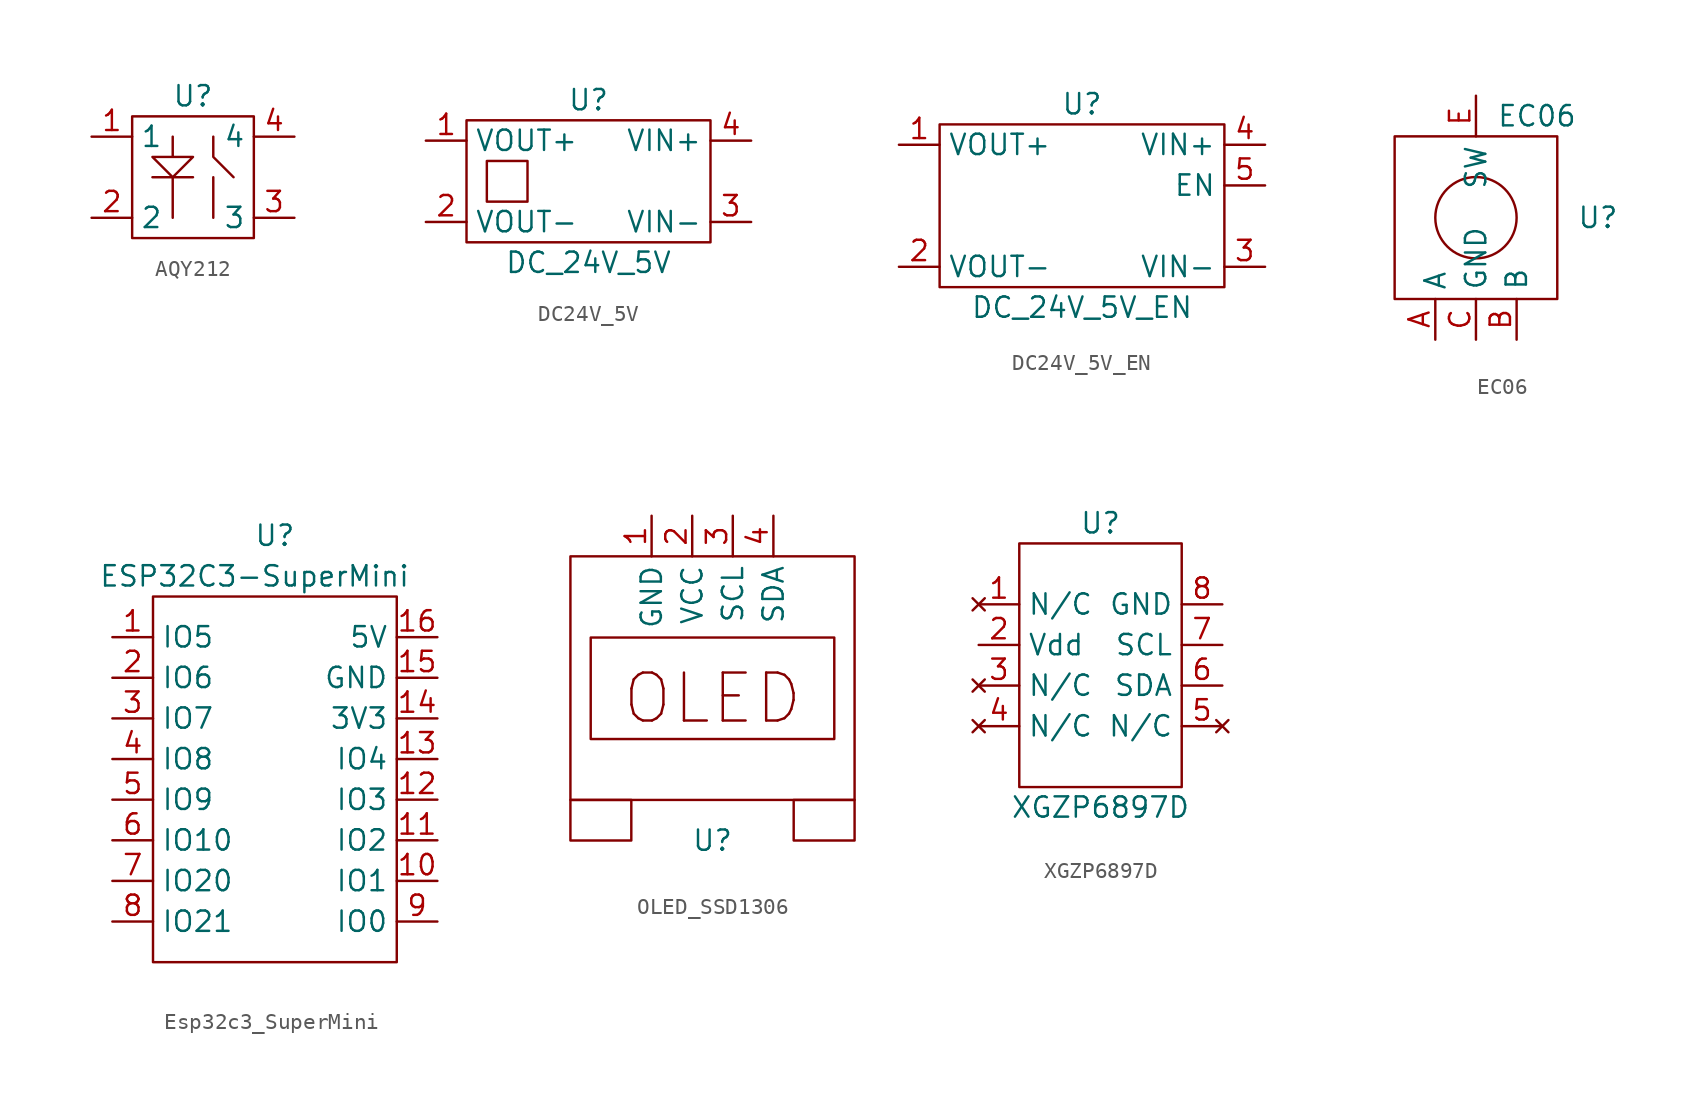
<source format=kicad_sym>
(kicad_symbol_lib
  (version 20220914)
  (generator kicad_symbol_editor)
  (symbol "AQY212"
    (property "Reference" "U"
      (at 0 5.08 0)
      (effects (font (size 1.27 1.27))))
    (property "Value" ""
      (at 0 0 0)
      (effects (font (size 1.27 1.27))))
    (symbol "AQY212_0_1"
      (rectangle (start -3.81 3.81) (end 3.81 -3.81) (stroke (width 0) (type default)) (fill (type none)))
      (polyline (pts (xy -2.54 0) (xy 0 0)) (stroke (width 0) (type default)) (fill (type none)))
      (polyline (pts (xy -1.27 0) (xy -1.27 -2.54)) (stroke (width 0) (type default)) (fill (type none)))
      (polyline (pts (xy 1.27 0) (xy 1.27 -2.54)) (stroke (width 0) (type default)) (fill (type none)))
      (polyline (pts (xy 1.27 2.54) (xy 1.27 1.27) (xy 2.54 0)) (stroke (width 0) (type default)) (fill (type none)))
      (polyline (pts (xy -1.27 2.54) (xy -1.27 1.27) (xy -2.54 1.27) (xy -1.27 0) (xy 0 1.27) (xy -1.27 1.27)) (stroke (width 0) (type default)) (fill (type none))))
    (symbol "AQY212_1_1"
      (pin input line (at -6.35 2.54 0) (length 2.54) (name "1" (effects (font (size 1.27 1.27)))) (number "1" (effects (font (size 1.27 1.27)))))
      (pin passive line (at -6.35 -2.54 0) (length 2.54) (name "2" (effects (font (size 1.27 1.27)))) (number "2" (effects (font (size 1.27 1.27)))))
      (pin passive line (at 6.35 -2.54 180) (length 2.54) (name "3" (effects (font (size 1.27 1.27)))) (number "3" (effects (font (size 1.27 1.27)))))
      (pin passive line (at 6.35 2.54 180) (length 2.54) (name "4" (effects (font (size 1.27 1.27)))) (number "4" (effects (font (size 1.27 1.27)))))))
  (symbol "DC24V_5V"
    (property "Reference" "U"
      (at 0 5.08 0)
      (effects (font (size 1.27 1.27))))
    (property "Value" "DC_24V_5V"
      (at 0 -5.08 0)
      (effects (font (size 1.27 1.27))))
    (symbol "DC24V_5V_0_1"
      (rectangle (start -7.62 3.81) (end 7.62 -3.81) (stroke (width 0) (type default)) (fill (type none)))
      (rectangle (start -6.35 1.27) (end -3.81 -1.27) (stroke (width 0) (type default)) (fill (type none))))
    (symbol "DC24V_5V_1_1"
      (pin power_out line (at -10.16 2.54 0) (length 2.54) (name "VOUT+" (effects (font (size 1.27 1.27)))) (number "1" (effects (font (size 1.27 1.27)))))
      (pin passive line (at -10.16 -2.54 0) (length 2.54) (name "VOUT-" (effects (font (size 1.27 1.27)))) (number "2" (effects (font (size 1.27 1.27)))))
      (pin passive line (at 10.16 -2.54 180) (length 2.54) (name "VIN-" (effects (font (size 1.27 1.27)))) (number "3" (effects (font (size 1.27 1.27)))))
      (pin power_in line (at 10.16 2.54 180) (length 2.54) (name "VIN+" (effects (font (size 1.27 1.27)))) (number "4" (effects (font (size 1.27 1.27)))))))
  (symbol "DC24V_5V_EN"
    (property "Reference" "U"
      (at 0 6.35 0)
      (effects (font (size 1.27 1.27))))
    (property "Value" "DC_24V_5V_EN"
      (at 0 -6.35 0)
      (effects (font (size 1.27 1.27))))
    (symbol "DC24V_5V_EN_0_1"
      (rectangle (start -8.89 5.08) (end 8.89 -5.08) (stroke (width 0) (type default)) (fill (type none))))
    (symbol "DC24V_5V_EN_1_1"
      (pin power_out line (at -11.43 3.81 0) (length 2.54) (name "VOUT+" (effects (font (size 1.27 1.27)))) (number "1" (effects (font (size 1.27 1.27)))))
      (pin passive line (at -11.43 -3.81 0) (length 2.54) (name "VOUT-" (effects (font (size 1.27 1.27)))) (number "2" (effects (font (size 1.27 1.27)))))
      (pin passive line (at 11.43 -3.81 180) (length 2.54) (name "VIN-" (effects (font (size 1.27 1.27)))) (number "3" (effects (font (size 1.27 1.27)))))
      (pin power_in line (at 11.43 3.81 180) (length 2.54) (name "VIN+" (effects (font (size 1.27 1.27)))) (number "4" (effects (font (size 1.27 1.27)))))
      (pin input line (at 11.43 1.27 180) (length 2.54) (name "EN" (effects (font (size 1.27 1.27)))) (number "5" (effects (font (size 1.27 1.27)))))))
  (symbol "EC06"
    (property "Reference" "U"
      (at 7.62 0 0)
      (effects (font (size 1.27 1.27))))
    (property "Value" "EC06"
      (at 3.81 6.35 0)
      (effects (font (size 1.27 1.27))))
    (symbol "EC06_0_1"
      (rectangle (start -5.08 5.08) (end 5.08 -5.08) (stroke (width 0) (type default)) (fill (type none)))
      (circle (center 0 0) (radius 2.54) (stroke (width 0) (type default)) (fill (type none))))
    (symbol "EC06_1_1"
      (pin passive line (at -2.54 -7.62 90) (length 2.54) (name "A" (effects (font (size 1.27 1.27)))) (number "A" (effects (font (size 1.27 1.27)))))
      (pin passive line (at 2.54 -7.62 90) (length 2.54) (name "B" (effects (font (size 1.27 1.27)))) (number "B" (effects (font (size 1.27 1.27)))))
      (pin passive line (at 0 -7.62 90) (length 2.54) (name "GND" (effects (font (size 1.27 1.27)))) (number "C" (effects (font (size 1.27 1.27)))))
      (pin passive line (at 0 7.62 270) (length 2.54) (name "SW" (effects (font (size 1.27 1.27)))) (number "E" (effects (font (size 1.27 1.27)))))))
  (symbol "Esp32c3_SuperMini"
    (property "Reference" "U"
      (at 0 15.24 0)
      (effects (font (size 1.27 1.27))))
    (property "Value" "ESP32C3-SuperMini"
      (at -1.27 12.7 0)
      (effects (font (size 1.27 1.27))))
    (symbol "Esp32c3_SuperMini_0_1"
      (rectangle (start -7.62 11.43) (end 7.62 -11.43) (stroke (width 0) (type default)) (fill (type none))))
    (symbol "Esp32c3_SuperMini_1_1"
      (pin passive line (at -10.16 8.89 0) (length 2.54) (name "IO5" (effects (font (size 1.27 1.27)))) (number "1" (effects (font (size 1.27 1.27)))))
      (pin passive line (at 10.16 -6.35 180) (length 2.54) (name "IO1" (effects (font (size 1.27 1.27)))) (number "10" (effects (font (size 1.27 1.27)))))
      (pin passive line (at 10.16 -3.81 180) (length 2.54) (name "IO2" (effects (font (size 1.27 1.27)))) (number "11" (effects (font (size 1.27 1.27)))))
      (pin passive line (at 10.16 -1.27 180) (length 2.54) (name "IO3" (effects (font (size 1.27 1.27)))) (number "12" (effects (font (size 1.27 1.27)))))
      (pin passive line (at 10.16 1.27 180) (length 2.54) (name "IO4" (effects (font (size 1.27 1.27)))) (number "13" (effects (font (size 1.27 1.27)))))
      (pin power_in line (at 10.16 3.81 180) (length 2.54) (name "3V3" (effects (font (size 1.27 1.27)))) (number "14" (effects (font (size 1.27 1.27)))))
      (pin power_in line (at 10.16 6.35 180) (length 2.54) (name "GND" (effects (font (size 1.27 1.27)))) (number "15" (effects (font (size 1.27 1.27)))))
      (pin power_in line (at 10.16 8.89 180) (length 2.54) (name "5V" (effects (font (size 1.27 1.27)))) (number "16" (effects (font (size 1.27 1.27)))))
      (pin passive line (at -10.16 6.35 0) (length 2.54) (name "IO6" (effects (font (size 1.27 1.27)))) (number "2" (effects (font (size 1.27 1.27)))))
      (pin passive line (at -10.16 3.81 0) (length 2.54) (name "IO7" (effects (font (size 1.27 1.27)))) (number "3" (effects (font (size 1.27 1.27)))))
      (pin passive line (at -10.16 1.27 0) (length 2.54) (name "IO8" (effects (font (size 1.27 1.27)))) (number "4" (effects (font (size 1.27 1.27)))))
      (pin passive line (at -10.16 -1.27 0) (length 2.54) (name "IO9" (effects (font (size 1.27 1.27)))) (number "5" (effects (font (size 1.27 1.27)))))
      (pin passive line (at -10.16 -3.81 0) (length 2.54) (name "IO10" (effects (font (size 1.27 1.27)))) (number "6" (effects (font (size 1.27 1.27)))))
      (pin passive line (at -10.16 -6.35 0) (length 2.54) (name "IO20" (effects (font (size 1.27 1.27)))) (number "7" (effects (font (size 1.27 1.27)))))
      (pin passive line (at -10.16 -8.89 0) (length 2.54) (name "IO21" (effects (font (size 1.27 1.27)))) (number "8" (effects (font (size 1.27 1.27)))))
      (pin passive line (at 10.16 -8.89 180) (length 2.54) (name "IO0" (effects (font (size 1.27 1.27)))) (number "9" (effects (font (size 1.27 1.27)))))))
  (symbol "OLED_SSD1306"
    (property "Reference" "U"
      (at 0 -10.16 0)
      (effects (font (size 1.27 1.27))))
    (property "Value" ""
      (at 0 0 0)
      (effects (font (size 1.27 1.27))))
    (symbol "OLED_SSD1306_0_1"
      (rectangle (start -8.89 -7.62) (end -5.08 -10.16) (stroke (width 0) (type default)) (fill (type none)))
      (rectangle (start -8.89 7.62) (end 8.89 -7.62) (stroke (width 0) (type default)) (fill (type none)))
      (rectangle (start -7.62 2.54) (end 7.62 -3.81) (stroke (width 0) (type default)) (fill (type none)))
      (rectangle (start 5.08 -7.62) (end 8.89 -10.16) (stroke (width 0) (type default)) (fill (type none))))
    (symbol "OLED_SSD1306_1_1"
      (text "OLED" (at 0 -1.27 0) (effects (font (size 3 3))))
      (pin power_in line (at -3.81 10.16 270) (length 2.54) (name "GND" (effects (font (size 1.27 1.27)))) (number "1" (effects (font (size 1.27 1.27)))))
      (pin power_in line (at -1.27 10.16 270) (length 2.54) (name "VCC" (effects (font (size 1.27 1.27)))) (number "2" (effects (font (size 1.27 1.27)))))
      (pin passive line (at 1.27 10.16 270) (length 2.54) (name "SCL" (effects (font (size 1.27 1.27)))) (number "3" (effects (font (size 1.27 1.27)))))
      (pin tri_state line (at 3.81 10.16 270) (length 2.54) (name "SDA" (effects (font (size 1.27 1.27)))) (number "4" (effects (font (size 1.27 1.27)))))))
  (symbol "XGZP6897D"
    (property "Reference" "U"
      (at 0 8.89 0)
      (effects (font (size 1.27 1.27))))
    (property "Value" "XGZP6897D"
      (at 0 -8.89 0)
      (effects (font (size 1.27 1.27))))
    (symbol "XGZP6897D_0_1"
      (rectangle (start -5.08 7.62) (end 5.08 -7.62) (stroke (width 0) (type default)) (fill (type none))))
    (symbol "XGZP6897D_1_1"
      (pin no_connect line (at -7.62 3.81 0) (length 2.54) (name "N/C" (effects (font (size 1.27 1.27)))) (number "1" (effects (font (size 1.27 1.27)))))
      (pin power_in line (at -7.62 1.27 0) (length 2.54) (name "Vdd" (effects (font (size 1.27 1.27)))) (number "2" (effects (font (size 1.27 1.27)))))
      (pin no_connect line (at -7.62 -1.27 0) (length 2.54) (name "N/C" (effects (font (size 1.27 1.27)))) (number "3" (effects (font (size 1.27 1.27)))))
      (pin no_connect line (at -7.62 -3.81 0) (length 2.54) (name "N/C" (effects (font (size 1.27 1.27)))) (number "4" (effects (font (size 1.27 1.27)))))
      (pin no_connect line (at 7.62 -3.81 180) (length 2.54) (name "N/C" (effects (font (size 1.27 1.27)))) (number "5" (effects (font (size 1.27 1.27)))))
      (pin bidirectional line (at 7.62 -1.27 180) (length 2.54) (name "SDA" (effects (font (size 1.27 1.27)))) (number "6" (effects (font (size 1.27 1.27)))))
      (pin input line (at 7.62 1.27 180) (length 2.54) (name "SCL" (effects (font (size 1.27 1.27)))) (number "7" (effects (font (size 1.27 1.27)))))
      (pin passive line (at 7.62 3.81 180) (length 2.54) (name "GND" (effects (font (size 1.27 1.27)))) (number "8" (effects (font (size 1.27 1.27))))))))
</source>
